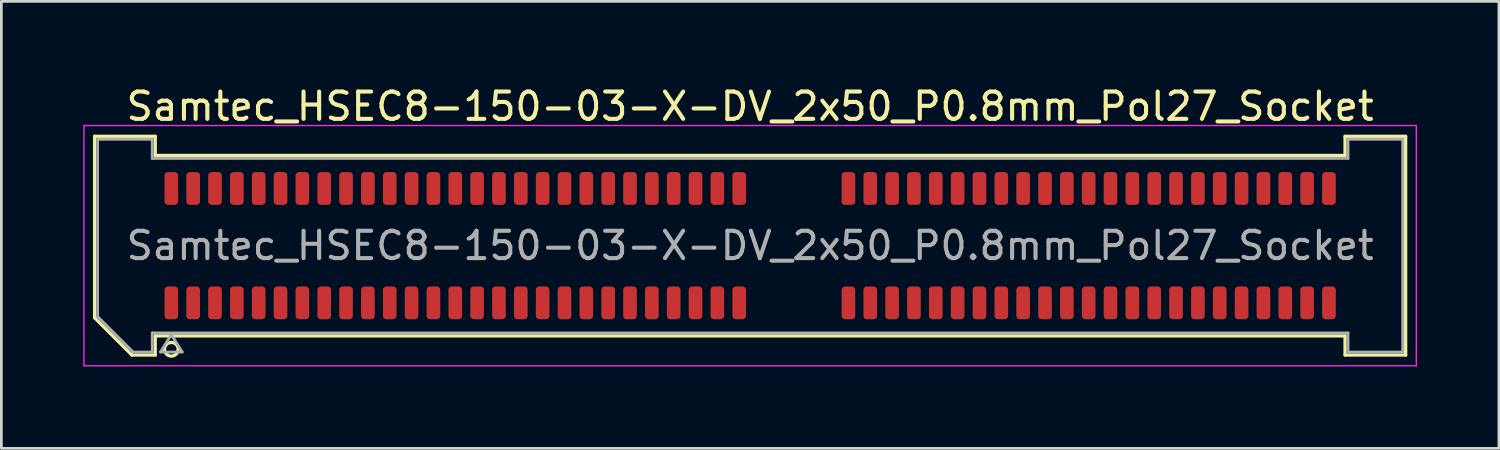
<source format=kicad_pcb>
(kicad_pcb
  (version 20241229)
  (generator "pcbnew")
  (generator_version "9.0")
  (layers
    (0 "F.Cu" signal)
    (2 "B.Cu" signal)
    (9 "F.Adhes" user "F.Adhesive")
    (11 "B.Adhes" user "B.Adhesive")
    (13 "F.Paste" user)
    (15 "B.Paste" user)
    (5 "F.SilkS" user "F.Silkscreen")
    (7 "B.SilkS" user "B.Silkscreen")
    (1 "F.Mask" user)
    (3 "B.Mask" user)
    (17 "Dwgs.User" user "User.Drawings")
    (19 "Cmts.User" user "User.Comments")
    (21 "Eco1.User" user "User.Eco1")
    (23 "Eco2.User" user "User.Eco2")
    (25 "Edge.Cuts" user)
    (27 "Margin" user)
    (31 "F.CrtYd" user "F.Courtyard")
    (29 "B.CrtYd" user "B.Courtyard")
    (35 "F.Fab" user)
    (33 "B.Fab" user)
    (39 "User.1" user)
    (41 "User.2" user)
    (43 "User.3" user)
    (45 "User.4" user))
  (footprint "Samtec_HSEC8-150-03-X-DV_2x50_P0.8mm_Pol27_Socket"
    (layer "F.Cu")
    (at 24.425 5.948)
    (property "Reference" "Samtec_HSEC8-150-03-X-DV_2x50_P0.8mm_Pol27_Socket" (at 0 -5.1 0) (layer "F.SilkS") (effects (font (size 1 1) (thickness 0.15))))
    (attr smd)
    (fp_line (start -24.01 -4.005) (end -21.79 -4.005) (stroke (width 0.12) (type solid)) (layer "F.SilkS"))
    (fp_line (start -24.01 2.641) (end -24.01 -4.005) (stroke (width 0.12) (type solid)) (layer "F.SilkS"))
    (fp_line (start -22.646 4.005) (end -24.01 2.641) (stroke (width 0.12) (type solid)) (layer "F.SilkS"))
    (fp_line (start -21.79 -4.005) (end -21.79 -3.305) (stroke (width 0.12) (type solid)) (layer "F.SilkS"))
    (fp_line (start -21.79 -3.305) (end 21.79 -3.305) (stroke (width 0.12) (type solid)) (layer "F.SilkS"))
    (fp_line (start -21.79 3.305) (end -21.79 4.005) (stroke (width 0.12) (type solid)) (layer "F.SilkS"))
    (fp_line (start -21.79 4.005) (end -22.646 4.005) (stroke (width 0.12) (type solid)) (layer "F.SilkS"))
    (fp_line (start 21.79 -4.005) (end 24.01 -4.005) (stroke (width 0.12) (type solid)) (layer "F.SilkS"))
    (fp_line (start 21.79 -3.305) (end 21.79 -4.005) (stroke (width 0.12) (type solid)) (layer "F.SilkS"))
    (fp_line (start 21.79 3.305) (end -21.79 3.305) (stroke (width 0.12) (type solid)) (layer "F.SilkS"))
    (fp_line (start 21.79 4.005) (end 21.79 3.305) (stroke (width 0.12) (type solid)) (layer "F.SilkS"))
    (fp_line (start 24.01 -4.005) (end 24.01 4.005) (stroke (width 0.12) (type solid)) (layer "F.SilkS"))
    (fp_line (start 24.01 4.005) (end 21.79 4.005) (stroke (width 0.12) (type solid)) (layer "F.SilkS"))
    (fp_arc (start -20.95 3.795) (mid -21.45 3.795) (end -20.95 3.795) (stroke (width 0.12) (type solid)) (layer "F.SilkS"))
    (fp_line (start -24.4 -4.4) (end -24.4 4.4) (stroke (width 0.05) (type solid)) (layer "F.CrtYd"))
    (fp_line (start -24.4 4.4) (end 24.4 4.4) (stroke (width 0.05) (type solid)) (layer "F.CrtYd"))
    (fp_line (start 24.4 -4.4) (end -24.4 -4.4) (stroke (width 0.05) (type solid)) (layer "F.CrtYd"))
    (fp_line (start 24.4 4.4) (end 24.4 -4.4) (stroke (width 0.05) (type solid)) (layer "F.CrtYd"))
    (fp_line (start -23.9 -3.895) (end -21.9 -3.895) (stroke (width 0.1) (type solid)) (layer "F.Fab"))
    (fp_line (start -23.9 2.595) (end -23.9 -3.895) (stroke (width 0.1) (type solid)) (layer "F.Fab"))
    (fp_line (start -22.6 3.895) (end -23.9 2.595) (stroke (width 0.1) (type solid)) (layer "F.Fab"))
    (fp_line (start -21.9 -3.895) (end -21.9 -3.195) (stroke (width 0.1) (type solid)) (layer "F.Fab"))
    (fp_line (start -21.9 -3.195) (end 21.9 -3.195) (stroke (width 0.1) (type solid)) (layer "F.Fab"))
    (fp_line (start -21.9 3.195) (end -21.9 3.895) (stroke (width 0.1) (type solid)) (layer "F.Fab"))
    (fp_line (start -21.9 3.895) (end -22.6 3.895) (stroke (width 0.1) (type solid)) (layer "F.Fab"))
    (fp_line (start -21.6 3.895) (end -21.2 3.255) (stroke (width 0.1) (type solid)) (layer "F.Fab"))
    (fp_line (start -21.2 3.255) (end -20.8 3.895) (stroke (width 0.1) (type solid)) (layer "F.Fab"))
    (fp_line (start -20.8 3.895) (end -21.6 3.895) (stroke (width 0.1) (type solid)) (layer "F.Fab"))
    (fp_line (start 21.9 -3.895) (end 23.9 -3.895) (stroke (width 0.1) (type solid)) (layer "F.Fab"))
    (fp_line (start 21.9 -3.195) (end 21.9 -3.895) (stroke (width 0.1) (type solid)) (layer "F.Fab"))
    (fp_line (start 21.9 3.195) (end -21.9 3.195) (stroke (width 0.1) (type solid)) (layer "F.Fab"))
    (fp_line (start 21.9 3.895) (end 21.9 3.195) (stroke (width 0.1) (type solid)) (layer "F.Fab"))
    (fp_line (start 23.9 -3.895) (end 23.9 3.895) (stroke (width 0.1) (type solid)) (layer "F.Fab"))
    (fp_line (start 23.9 3.895) (end 21.9 3.895) (stroke (width 0.1) (type solid)) (layer "F.Fab"))
    (fp_text user "${REFERENCE}" (at 0 0 0) (layer "F.Fab") (effects (font (size 1 1) (thickness 0.15))))
    (pad "1" smd roundrect (at -21.2 2.095) (size 0.5 1.2) (layers "F.Cu" "F.Mask" "F.Paste") (roundrect_rratio 0.25))
    (pad "2" smd roundrect (at -21.2 -2.095) (size 0.5 1.2) (layers "F.Cu" "F.Mask" "F.Paste") (roundrect_rratio 0.25))
    (pad "3" smd roundrect (at -20.4 2.095) (size 0.5 1.2) (layers "F.Cu" "F.Mask" "F.Paste") (roundrect_rratio 0.25))
    (pad "4" smd roundrect (at -20.4 -2.095) (size 0.5 1.2) (layers "F.Cu" "F.Mask" "F.Paste") (roundrect_rratio 0.25))
    (pad "5" smd roundrect (at -19.6 2.095) (size 0.5 1.2) (layers "F.Cu" "F.Mask" "F.Paste") (roundrect_rratio 0.25))
    (pad "6" smd roundrect (at -19.6 -2.095) (size 0.5 1.2) (layers "F.Cu" "F.Mask" "F.Paste") (roundrect_rratio 0.25))
    (pad "7" smd roundrect (at -18.8 2.095) (size 0.5 1.2) (layers "F.Cu" "F.Mask" "F.Paste") (roundrect_rratio 0.25))
    (pad "8" smd roundrect (at -18.8 -2.095) (size 0.5 1.2) (layers "F.Cu" "F.Mask" "F.Paste") (roundrect_rratio 0.25))
    (pad "9" smd roundrect (at -18 2.095) (size 0.5 1.2) (layers "F.Cu" "F.Mask" "F.Paste") (roundrect_rratio 0.25))
    (pad "10" smd roundrect (at -18 -2.095) (size 0.5 1.2) (layers "F.Cu" "F.Mask" "F.Paste") (roundrect_rratio 0.25))
    (pad "11" smd roundrect (at -17.2 2.095) (size 0.5 1.2) (layers "F.Cu" "F.Mask" "F.Paste") (roundrect_rratio 0.25))
    (pad "12" smd roundrect (at -17.2 -2.095) (size 0.5 1.2) (layers "F.Cu" "F.Mask" "F.Paste") (roundrect_rratio 0.25))
    (pad "13" smd roundrect (at -16.4 2.095) (size 0.5 1.2) (layers "F.Cu" "F.Mask" "F.Paste") (roundrect_rratio 0.25))
    (pad "14" smd roundrect (at -16.4 -2.095) (size 0.5 1.2) (layers "F.Cu" "F.Mask" "F.Paste") (roundrect_rratio 0.25))
    (pad "15" smd roundrect (at -15.6 2.095) (size 0.5 1.2) (layers "F.Cu" "F.Mask" "F.Paste") (roundrect_rratio 0.25))
    (pad "16" smd roundrect (at -15.6 -2.095) (size 0.5 1.2) (layers "F.Cu" "F.Mask" "F.Paste") (roundrect_rratio 0.25))
    (pad "17" smd roundrect (at -14.8 2.095) (size 0.5 1.2) (layers "F.Cu" "F.Mask" "F.Paste") (roundrect_rratio 0.25))
    (pad "18" smd roundrect (at -14.8 -2.095) (size 0.5 1.2) (layers "F.Cu" "F.Mask" "F.Paste") (roundrect_rratio 0.25))
    (pad "19" smd roundrect (at -14 2.095) (size 0.5 1.2) (layers "F.Cu" "F.Mask" "F.Paste") (roundrect_rratio 0.25))
    (pad "20" smd roundrect (at -14 -2.095) (size 0.5 1.2) (layers "F.Cu" "F.Mask" "F.Paste") (roundrect_rratio 0.25))
    (pad "21" smd roundrect (at -13.2 2.095) (size 0.5 1.2) (layers "F.Cu" "F.Mask" "F.Paste") (roundrect_rratio 0.25))
    (pad "22" smd roundrect (at -13.2 -2.095) (size 0.5 1.2) (layers "F.Cu" "F.Mask" "F.Paste") (roundrect_rratio 0.25))
    (pad "23" smd roundrect (at -12.4 2.095) (size 0.5 1.2) (layers "F.Cu" "F.Mask" "F.Paste") (roundrect_rratio 0.25))
    (pad "24" smd roundrect (at -12.4 -2.095) (size 0.5 1.2) (layers "F.Cu" "F.Mask" "F.Paste") (roundrect_rratio 0.25))
    (pad "25" smd roundrect (at -11.6 2.095) (size 0.5 1.2) (layers "F.Cu" "F.Mask" "F.Paste") (roundrect_rratio 0.25))
    (pad "26" smd roundrect (at -11.6 -2.095) (size 0.5 1.2) (layers "F.Cu" "F.Mask" "F.Paste") (roundrect_rratio 0.25))
    (pad "27" smd roundrect (at -10.8 2.095) (size 0.5 1.2) (layers "F.Cu" "F.Mask" "F.Paste") (roundrect_rratio 0.25))
    (pad "28" smd roundrect (at -10.8 -2.095) (size 0.5 1.2) (layers "F.Cu" "F.Mask" "F.Paste") (roundrect_rratio 0.25))
    (pad "29" smd roundrect (at -10 2.095) (size 0.5 1.2) (layers "F.Cu" "F.Mask" "F.Paste") (roundrect_rratio 0.25))
    (pad "30" smd roundrect (at -10 -2.095) (size 0.5 1.2) (layers "F.Cu" "F.Mask" "F.Paste") (roundrect_rratio 0.25))
    (pad "31" smd roundrect (at -9.2 2.095) (size 0.5 1.2) (layers "F.Cu" "F.Mask" "F.Paste") (roundrect_rratio 0.25))
    (pad "32" smd roundrect (at -9.2 -2.095) (size 0.5 1.2) (layers "F.Cu" "F.Mask" "F.Paste") (roundrect_rratio 0.25))
    (pad "33" smd roundrect (at -8.4 2.095) (size 0.5 1.2) (layers "F.Cu" "F.Mask" "F.Paste") (roundrect_rratio 0.25))
    (pad "34" smd roundrect (at -8.4 -2.095) (size 0.5 1.2) (layers "F.Cu" "F.Mask" "F.Paste") (roundrect_rratio 0.25))
    (pad "35" smd roundrect (at -7.6 2.095) (size 0.5 1.2) (layers "F.Cu" "F.Mask" "F.Paste") (roundrect_rratio 0.25))
    (pad "36" smd roundrect (at -7.6 -2.095) (size 0.5 1.2) (layers "F.Cu" "F.Mask" "F.Paste") (roundrect_rratio 0.25))
    (pad "37" smd roundrect (at -6.8 2.095) (size 0.5 1.2) (layers "F.Cu" "F.Mask" "F.Paste") (roundrect_rratio 0.25))
    (pad "38" smd roundrect (at -6.8 -2.095) (size 0.5 1.2) (layers "F.Cu" "F.Mask" "F.Paste") (roundrect_rratio 0.25))
    (pad "39" smd roundrect (at -6 2.095) (size 0.5 1.2) (layers "F.Cu" "F.Mask" "F.Paste") (roundrect_rratio 0.25))
    (pad "40" smd roundrect (at -6 -2.095) (size 0.5 1.2) (layers "F.Cu" "F.Mask" "F.Paste") (roundrect_rratio 0.25))
    (pad "41" smd roundrect (at -5.2 2.095) (size 0.5 1.2) (layers "F.Cu" "F.Mask" "F.Paste") (roundrect_rratio 0.25))
    (pad "42" smd roundrect (at -5.2 -2.095) (size 0.5 1.2) (layers "F.Cu" "F.Mask" "F.Paste") (roundrect_rratio 0.25))
    (pad "43" smd roundrect (at -4.4 2.095) (size 0.5 1.2) (layers "F.Cu" "F.Mask" "F.Paste") (roundrect_rratio 0.25))
    (pad "44" smd roundrect (at -4.4 -2.095) (size 0.5 1.2) (layers "F.Cu" "F.Mask" "F.Paste") (roundrect_rratio 0.25))
    (pad "45" smd roundrect (at -3.6 2.095) (size 0.5 1.2) (layers "F.Cu" "F.Mask" "F.Paste") (roundrect_rratio 0.25))
    (pad "46" smd roundrect (at -3.6 -2.095) (size 0.5 1.2) (layers "F.Cu" "F.Mask" "F.Paste") (roundrect_rratio 0.25))
    (pad "47" smd roundrect (at -2.8 2.095) (size 0.5 1.2) (layers "F.Cu" "F.Mask" "F.Paste") (roundrect_rratio 0.25))
    (pad "48" smd roundrect (at -2.8 -2.095) (size 0.5 1.2) (layers "F.Cu" "F.Mask" "F.Paste") (roundrect_rratio 0.25))
    (pad "49" smd roundrect (at -2 2.095) (size 0.5 1.2) (layers "F.Cu" "F.Mask" "F.Paste") (roundrect_rratio 0.25))
    (pad "50" smd roundrect (at -2 -2.095) (size 0.5 1.2) (layers "F.Cu" "F.Mask" "F.Paste") (roundrect_rratio 0.25))
    (pad "51" smd roundrect (at -1.2 2.095) (size 0.5 1.2) (layers "F.Cu" "F.Mask" "F.Paste") (roundrect_rratio 0.25))
    (pad "52" smd roundrect (at -1.2 -2.095) (size 0.5 1.2) (layers "F.Cu" "F.Mask" "F.Paste") (roundrect_rratio 0.25))
    (pad "53" smd roundrect (at -0.4 2.095) (size 0.5 1.2) (layers "F.Cu" "F.Mask" "F.Paste") (roundrect_rratio 0.25))
    (pad "54" smd roundrect (at -0.4 -2.095) (size 0.5 1.2) (layers "F.Cu" "F.Mask" "F.Paste") (roundrect_rratio 0.25))
    (pad "55" smd roundrect (at 3.6 2.095) (size 0.5 1.2) (layers "F.Cu" "F.Mask" "F.Paste") (roundrect_rratio 0.25))
    (pad "56" smd roundrect (at 3.6 -2.095) (size 0.5 1.2) (layers "F.Cu" "F.Mask" "F.Paste") (roundrect_rratio 0.25))
    (pad "57" smd roundrect (at 4.4 2.095) (size 0.5 1.2) (layers "F.Cu" "F.Mask" "F.Paste") (roundrect_rratio 0.25))
    (pad "58" smd roundrect (at 4.4 -2.095) (size 0.5 1.2) (layers "F.Cu" "F.Mask" "F.Paste") (roundrect_rratio 0.25))
    (pad "59" smd roundrect (at 5.2 2.095) (size 0.5 1.2) (layers "F.Cu" "F.Mask" "F.Paste") (roundrect_rratio 0.25))
    (pad "60" smd roundrect (at 5.2 -2.095) (size 0.5 1.2) (layers "F.Cu" "F.Mask" "F.Paste") (roundrect_rratio 0.25))
    (pad "61" smd roundrect (at 6 2.095) (size 0.5 1.2) (layers "F.Cu" "F.Mask" "F.Paste") (roundrect_rratio 0.25))
    (pad "62" smd roundrect (at 6 -2.095) (size 0.5 1.2) (layers "F.Cu" "F.Mask" "F.Paste") (roundrect_rratio 0.25))
    (pad "63" smd roundrect (at 6.8 2.095) (size 0.5 1.2) (layers "F.Cu" "F.Mask" "F.Paste") (roundrect_rratio 0.25))
    (pad "64" smd roundrect (at 6.8 -2.095) (size 0.5 1.2) (layers "F.Cu" "F.Mask" "F.Paste") (roundrect_rratio 0.25))
    (pad "65" smd roundrect (at 7.6 2.095) (size 0.5 1.2) (layers "F.Cu" "F.Mask" "F.Paste") (roundrect_rratio 0.25))
    (pad "66" smd roundrect (at 7.6 -2.095) (size 0.5 1.2) (layers "F.Cu" "F.Mask" "F.Paste") (roundrect_rratio 0.25))
    (pad "67" smd roundrect (at 8.4 2.095) (size 0.5 1.2) (layers "F.Cu" "F.Mask" "F.Paste") (roundrect_rratio 0.25))
    (pad "68" smd roundrect (at 8.4 -2.095) (size 0.5 1.2) (layers "F.Cu" "F.Mask" "F.Paste") (roundrect_rratio 0.25))
    (pad "69" smd roundrect (at 9.2 2.095) (size 0.5 1.2) (layers "F.Cu" "F.Mask" "F.Paste") (roundrect_rratio 0.25))
    (pad "70" smd roundrect (at 9.2 -2.095) (size 0.5 1.2) (layers "F.Cu" "F.Mask" "F.Paste") (roundrect_rratio 0.25))
    (pad "71" smd roundrect (at 10 2.095) (size 0.5 1.2) (layers "F.Cu" "F.Mask" "F.Paste") (roundrect_rratio 0.25))
    (pad "72" smd roundrect (at 10 -2.095) (size 0.5 1.2) (layers "F.Cu" "F.Mask" "F.Paste") (roundrect_rratio 0.25))
    (pad "73" smd roundrect (at 10.8 2.095) (size 0.5 1.2) (layers "F.Cu" "F.Mask" "F.Paste") (roundrect_rratio 0.25))
    (pad "74" smd roundrect (at 10.8 -2.095) (size 0.5 1.2) (layers "F.Cu" "F.Mask" "F.Paste") (roundrect_rratio 0.25))
    (pad "75" smd roundrect (at 11.6 2.095) (size 0.5 1.2) (layers "F.Cu" "F.Mask" "F.Paste") (roundrect_rratio 0.25))
    (pad "76" smd roundrect (at 11.6 -2.095) (size 0.5 1.2) (layers "F.Cu" "F.Mask" "F.Paste") (roundrect_rratio 0.25))
    (pad "77" smd roundrect (at 12.4 2.095) (size 0.5 1.2) (layers "F.Cu" "F.Mask" "F.Paste") (roundrect_rratio 0.25))
    (pad "78" smd roundrect (at 12.4 -2.095) (size 0.5 1.2) (layers "F.Cu" "F.Mask" "F.Paste") (roundrect_rratio 0.25))
    (pad "79" smd roundrect (at 13.2 2.095) (size 0.5 1.2) (layers "F.Cu" "F.Mask" "F.Paste") (roundrect_rratio 0.25))
    (pad "80" smd roundrect (at 13.2 -2.095) (size 0.5 1.2) (layers "F.Cu" "F.Mask" "F.Paste") (roundrect_rratio 0.25))
    (pad "81" smd roundrect (at 14 2.095) (size 0.5 1.2) (layers "F.Cu" "F.Mask" "F.Paste") (roundrect_rratio 0.25))
    (pad "82" smd roundrect (at 14 -2.095) (size 0.5 1.2) (layers "F.Cu" "F.Mask" "F.Paste") (roundrect_rratio 0.25))
    (pad "83" smd roundrect (at 14.8 2.095) (size 0.5 1.2) (layers "F.Cu" "F.Mask" "F.Paste") (roundrect_rratio 0.25))
    (pad "84" smd roundrect (at 14.8 -2.095) (size 0.5 1.2) (layers "F.Cu" "F.Mask" "F.Paste") (roundrect_rratio 0.25))
    (pad "85" smd roundrect (at 15.6 2.095) (size 0.5 1.2) (layers "F.Cu" "F.Mask" "F.Paste") (roundrect_rratio 0.25))
    (pad "86" smd roundrect (at 15.6 -2.095) (size 0.5 1.2) (layers "F.Cu" "F.Mask" "F.Paste") (roundrect_rratio 0.25))
    (pad "87" smd roundrect (at 16.4 2.095) (size 0.5 1.2) (layers "F.Cu" "F.Mask" "F.Paste") (roundrect_rratio 0.25))
    (pad "88" smd roundrect (at 16.4 -2.095) (size 0.5 1.2) (layers "F.Cu" "F.Mask" "F.Paste") (roundrect_rratio 0.25))
    (pad "89" smd roundrect (at 17.2 2.095) (size 0.5 1.2) (layers "F.Cu" "F.Mask" "F.Paste") (roundrect_rratio 0.25))
    (pad "90" smd roundrect (at 17.2 -2.095) (size 0.5 1.2) (layers "F.Cu" "F.Mask" "F.Paste") (roundrect_rratio 0.25))
    (pad "91" smd roundrect (at 18 2.095) (size 0.5 1.2) (layers "F.Cu" "F.Mask" "F.Paste") (roundrect_rratio 0.25))
    (pad "92" smd roundrect (at 18 -2.095) (size 0.5 1.2) (layers "F.Cu" "F.Mask" "F.Paste") (roundrect_rratio 0.25))
    (pad "93" smd roundrect (at 18.8 2.095) (size 0.5 1.2) (layers "F.Cu" "F.Mask" "F.Paste") (roundrect_rratio 0.25))
    (pad "94" smd roundrect (at 18.8 -2.095) (size 0.5 1.2) (layers "F.Cu" "F.Mask" "F.Paste") (roundrect_rratio 0.25))
    (pad "95" smd roundrect (at 19.6 2.095) (size 0.5 1.2) (layers "F.Cu" "F.Mask" "F.Paste") (roundrect_rratio 0.25))
    (pad "96" smd roundrect (at 19.6 -2.095) (size 0.5 1.2) (layers "F.Cu" "F.Mask" "F.Paste") (roundrect_rratio 0.25))
    (pad "97" smd roundrect (at 20.4 2.095) (size 0.5 1.2) (layers "F.Cu" "F.Mask" "F.Paste") (roundrect_rratio 0.25))
    (pad "98" smd roundrect (at 20.4 -2.095) (size 0.5 1.2) (layers "F.Cu" "F.Mask" "F.Paste") (roundrect_rratio 0.25))
    (pad "99" smd roundrect (at 21.2 2.095) (size 0.5 1.2) (layers "F.Cu" "F.Mask" "F.Paste") (roundrect_rratio 0.25))
    (pad "100" smd roundrect (at 21.2 -2.095) (size 0.5 1.2) (layers "F.Cu" "F.Mask" "F.Paste") (roundrect_rratio 0.25)))
  (gr_rect
    (start -3 -3)
    (end 51.85 13.373)
    (stroke (width 0.1) (type default))
    (fill no)
    (layer "Edge.Cuts")))
</source>
